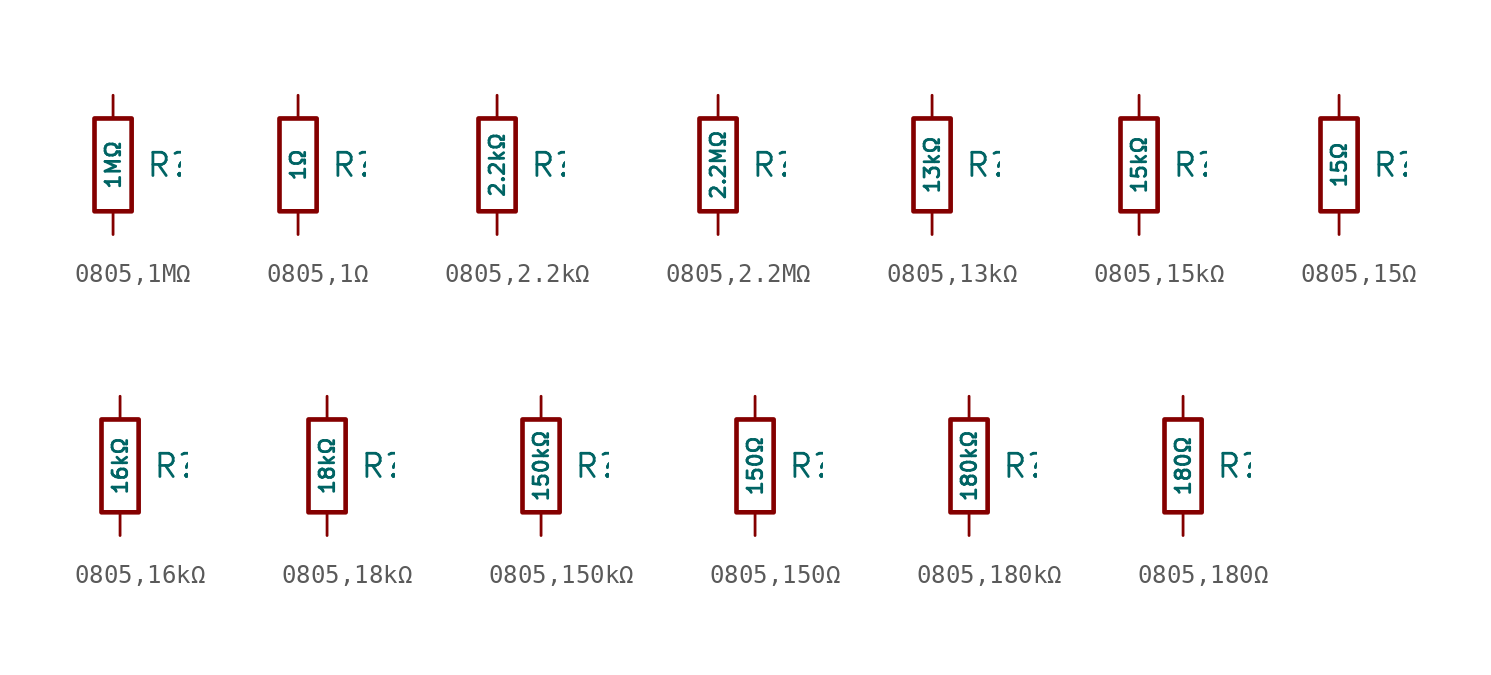
<source format=kicad_sym>
(kicad_symbol_lib
  (version 20231120)
  (generator "CDFER")
  (generator_version "8.0")
  (symbol "0805,1MΩ"
    (pin_numbers hide)
    (pin_names
      (offset 0))
    (property "Reference" "R"
      (at 1.778 0 0)
      (effects (font (size 1.27 1.27)) (justify left)))
    (property "Value" "1MΩ"
      (at 0 0 90)
      (do_not_autoplace)
      (effects (font (size 0.8 0.8))))
    (symbol "0805,1MΩ_0_1"
      (rectangle (start -1.016 2.54) (end 1.016 -2.54) (stroke (width 0.254) (type default)) (fill (type none))))
    (symbol "0805,1MΩ_1_1"
      (pin passive line (at 0 3.81 270) (length 1.27) (name "~" (effects (font (size 1.27 1.27)))) (number "1" (effects (font (size 1.27 1.27)))))
      (pin passive line (at 0 -3.81 90) (length 1.27) (name "~" (effects (font (size 1.27 1.27)))) (number "2" (effects (font (size 1.27 1.27)))))))
  (symbol "0805,1Ω"
    (pin_numbers hide)
    (pin_names
      (offset 0))
    (property "Reference" "R"
      (at 1.778 0 0)
      (effects (font (size 1.27 1.27)) (justify left)))
    (property "Value" "1Ω"
      (at 0 0 90)
      (do_not_autoplace)
      (effects (font (size 0.8 0.8))))
    (symbol "0805,1Ω_0_1"
      (rectangle (start -1.016 2.54) (end 1.016 -2.54) (stroke (width 0.254) (type default)) (fill (type none))))
    (symbol "0805,1Ω_1_1"
      (pin passive line (at 0 3.81 270) (length 1.27) (name "~" (effects (font (size 1.27 1.27)))) (number "1" (effects (font (size 1.27 1.27)))))
      (pin passive line (at 0 -3.81 90) (length 1.27) (name "~" (effects (font (size 1.27 1.27)))) (number "2" (effects (font (size 1.27 1.27)))))))
  (symbol "0805,2.2kΩ"
    (pin_numbers hide)
    (pin_names
      (offset 0))
    (property "Reference" "R"
      (at 1.778 0 0)
      (effects (font (size 1.27 1.27)) (justify left)))
    (property "Value" "2.2kΩ"
      (at 0 0 90)
      (do_not_autoplace)
      (effects (font (size 0.8 0.8))))
    (symbol "0805,2.2kΩ_0_1"
      (rectangle (start -1.016 2.54) (end 1.016 -2.54) (stroke (width 0.254) (type default)) (fill (type none))))
    (symbol "0805,2.2kΩ_1_1"
      (pin passive line (at 0 3.81 270) (length 1.27) (name "~" (effects (font (size 1.27 1.27)))) (number "1" (effects (font (size 1.27 1.27)))))
      (pin passive line (at 0 -3.81 90) (length 1.27) (name "~" (effects (font (size 1.27 1.27)))) (number "2" (effects (font (size 1.27 1.27)))))))
  (symbol "0805,2.2MΩ"
    (pin_numbers hide)
    (pin_names
      (offset 0))
    (property "Reference" "R"
      (at 1.778 0 0)
      (effects (font (size 1.27 1.27)) (justify left)))
    (property "Value" "2.2MΩ"
      (at 0 0 90)
      (do_not_autoplace)
      (effects (font (size 0.8 0.8))))
    (symbol "0805,2.2MΩ_0_1"
      (rectangle (start -1.016 2.54) (end 1.016 -2.54) (stroke (width 0.254) (type default)) (fill (type none))))
    (symbol "0805,2.2MΩ_1_1"
      (pin passive line (at 0 3.81 270) (length 1.27) (name "~" (effects (font (size 1.27 1.27)))) (number "1" (effects (font (size 1.27 1.27)))))
      (pin passive line (at 0 -3.81 90) (length 1.27) (name "~" (effects (font (size 1.27 1.27)))) (number "2" (effects (font (size 1.27 1.27)))))))
  (symbol "0805,13kΩ"
    (pin_numbers hide)
    (pin_names
      (offset 0))
    (property "Reference" "R"
      (at 1.778 0 0)
      (effects (font (size 1.27 1.27)) (justify left)))
    (property "Value" "13kΩ"
      (at 0 0 90)
      (do_not_autoplace)
      (effects (font (size 0.8 0.8))))
    (symbol "0805,13kΩ_0_1"
      (rectangle (start -1.016 2.54) (end 1.016 -2.54) (stroke (width 0.254) (type default)) (fill (type none))))
    (symbol "0805,13kΩ_1_1"
      (pin passive line (at 0 3.81 270) (length 1.27) (name "~" (effects (font (size 1.27 1.27)))) (number "1" (effects (font (size 1.27 1.27)))))
      (pin passive line (at 0 -3.81 90) (length 1.27) (name "~" (effects (font (size 1.27 1.27)))) (number "2" (effects (font (size 1.27 1.27)))))))
  (symbol "0805,15kΩ"
    (pin_numbers hide)
    (pin_names
      (offset 0))
    (property "Reference" "R"
      (at 1.778 0 0)
      (effects (font (size 1.27 1.27)) (justify left)))
    (property "Value" "15kΩ"
      (at 0 0 90)
      (do_not_autoplace)
      (effects (font (size 0.8 0.8))))
    (symbol "0805,15kΩ_0_1"
      (rectangle (start -1.016 2.54) (end 1.016 -2.54) (stroke (width 0.254) (type default)) (fill (type none))))
    (symbol "0805,15kΩ_1_1"
      (pin passive line (at 0 3.81 270) (length 1.27) (name "~" (effects (font (size 1.27 1.27)))) (number "1" (effects (font (size 1.27 1.27)))))
      (pin passive line (at 0 -3.81 90) (length 1.27) (name "~" (effects (font (size 1.27 1.27)))) (number "2" (effects (font (size 1.27 1.27)))))))
  (symbol "0805,15Ω"
    (pin_numbers hide)
    (pin_names
      (offset 0))
    (property "Reference" "R"
      (at 1.778 0 0)
      (effects (font (size 1.27 1.27)) (justify left)))
    (property "Value" "15Ω"
      (at 0 0 90)
      (do_not_autoplace)
      (effects (font (size 0.8 0.8))))
    (symbol "0805,15Ω_0_1"
      (rectangle (start -1.016 2.54) (end 1.016 -2.54) (stroke (width 0.254) (type default)) (fill (type none))))
    (symbol "0805,15Ω_1_1"
      (pin passive line (at 0 3.81 270) (length 1.27) (name "~" (effects (font (size 1.27 1.27)))) (number "1" (effects (font (size 1.27 1.27)))))
      (pin passive line (at 0 -3.81 90) (length 1.27) (name "~" (effects (font (size 1.27 1.27)))) (number "2" (effects (font (size 1.27 1.27)))))))
  (symbol "0805,16kΩ"
    (pin_numbers hide)
    (pin_names
      (offset 0))
    (property "Reference" "R"
      (at 1.778 0 0)
      (effects (font (size 1.27 1.27)) (justify left)))
    (property "Value" "16kΩ"
      (at 0 0 90)
      (do_not_autoplace)
      (effects (font (size 0.8 0.8))))
    (symbol "0805,16kΩ_0_1"
      (rectangle (start -1.016 2.54) (end 1.016 -2.54) (stroke (width 0.254) (type default)) (fill (type none))))
    (symbol "0805,16kΩ_1_1"
      (pin passive line (at 0 3.81 270) (length 1.27) (name "~" (effects (font (size 1.27 1.27)))) (number "1" (effects (font (size 1.27 1.27)))))
      (pin passive line (at 0 -3.81 90) (length 1.27) (name "~" (effects (font (size 1.27 1.27)))) (number "2" (effects (font (size 1.27 1.27)))))))
  (symbol "0805,18kΩ"
    (pin_numbers hide)
    (pin_names
      (offset 0))
    (property "Reference" "R"
      (at 1.778 0 0)
      (effects (font (size 1.27 1.27)) (justify left)))
    (property "Value" "18kΩ"
      (at 0 0 90)
      (do_not_autoplace)
      (effects (font (size 0.8 0.8))))
    (symbol "0805,18kΩ_0_1"
      (rectangle (start -1.016 2.54) (end 1.016 -2.54) (stroke (width 0.254) (type default)) (fill (type none))))
    (symbol "0805,18kΩ_1_1"
      (pin passive line (at 0 3.81 270) (length 1.27) (name "~" (effects (font (size 1.27 1.27)))) (number "1" (effects (font (size 1.27 1.27)))))
      (pin passive line (at 0 -3.81 90) (length 1.27) (name "~" (effects (font (size 1.27 1.27)))) (number "2" (effects (font (size 1.27 1.27)))))))
  (symbol "0805,150kΩ"
    (pin_numbers hide)
    (pin_names
      (offset 0))
    (property "Reference" "R"
      (at 1.778 0 0)
      (effects (font (size 1.27 1.27)) (justify left)))
    (property "Value" "150kΩ"
      (at 0 0 90)
      (do_not_autoplace)
      (effects (font (size 0.8 0.8))))
    (symbol "0805,150kΩ_0_1"
      (rectangle (start -1.016 2.54) (end 1.016 -2.54) (stroke (width 0.254) (type default)) (fill (type none))))
    (symbol "0805,150kΩ_1_1"
      (pin passive line (at 0 3.81 270) (length 1.27) (name "~" (effects (font (size 1.27 1.27)))) (number "1" (effects (font (size 1.27 1.27)))))
      (pin passive line (at 0 -3.81 90) (length 1.27) (name "~" (effects (font (size 1.27 1.27)))) (number "2" (effects (font (size 1.27 1.27)))))))
  (symbol "0805,150Ω"
    (pin_numbers hide)
    (pin_names
      (offset 0))
    (property "Reference" "R"
      (at 1.778 0 0)
      (effects (font (size 1.27 1.27)) (justify left)))
    (property "Value" "150Ω"
      (at 0 0 90)
      (do_not_autoplace)
      (effects (font (size 0.8 0.8))))
    (symbol "0805,150Ω_0_1"
      (rectangle (start -1.016 2.54) (end 1.016 -2.54) (stroke (width 0.254) (type default)) (fill (type none))))
    (symbol "0805,150Ω_1_1"
      (pin passive line (at 0 3.81 270) (length 1.27) (name "~" (effects (font (size 1.27 1.27)))) (number "1" (effects (font (size 1.27 1.27)))))
      (pin passive line (at 0 -3.81 90) (length 1.27) (name "~" (effects (font (size 1.27 1.27)))) (number "2" (effects (font (size 1.27 1.27)))))))
  (symbol "0805,180kΩ"
    (pin_numbers hide)
    (pin_names
      (offset 0))
    (property "Reference" "R"
      (at 1.778 0 0)
      (effects (font (size 1.27 1.27)) (justify left)))
    (property "Value" "180kΩ"
      (at 0 0 90)
      (do_not_autoplace)
      (effects (font (size 0.8 0.8))))
    (symbol "0805,180kΩ_0_1"
      (rectangle (start -1.016 2.54) (end 1.016 -2.54) (stroke (width 0.254) (type default)) (fill (type none))))
    (symbol "0805,180kΩ_1_1"
      (pin passive line (at 0 3.81 270) (length 1.27) (name "~" (effects (font (size 1.27 1.27)))) (number "1" (effects (font (size 1.27 1.27)))))
      (pin passive line (at 0 -3.81 90) (length 1.27) (name "~" (effects (font (size 1.27 1.27)))) (number "2" (effects (font (size 1.27 1.27)))))))
  (symbol "0805,180Ω"
    (pin_numbers hide)
    (pin_names
      (offset 0))
    (property "Reference" "R"
      (at 1.778 0 0)
      (effects (font (size 1.27 1.27)) (justify left)))
    (property "Value" "180Ω"
      (at 0 0 90)
      (do_not_autoplace)
      (effects (font (size 0.8 0.8))))
    (symbol "0805,180Ω_0_1"
      (rectangle (start -1.016 2.54) (end 1.016 -2.54) (stroke (width 0.254) (type default)) (fill (type none))))
    (symbol "0805,180Ω_1_1"
      (pin passive line (at 0 3.81 270) (length 1.27) (name "~" (effects (font (size 1.27 1.27)))) (number "1" (effects (font (size 1.27 1.27)))))
      (pin passive line (at 0 -3.81 90) (length 1.27) (name "~" (effects (font (size 1.27 1.27)))) (number "2" (effects (font (size 1.27 1.27))))))))
</source>
